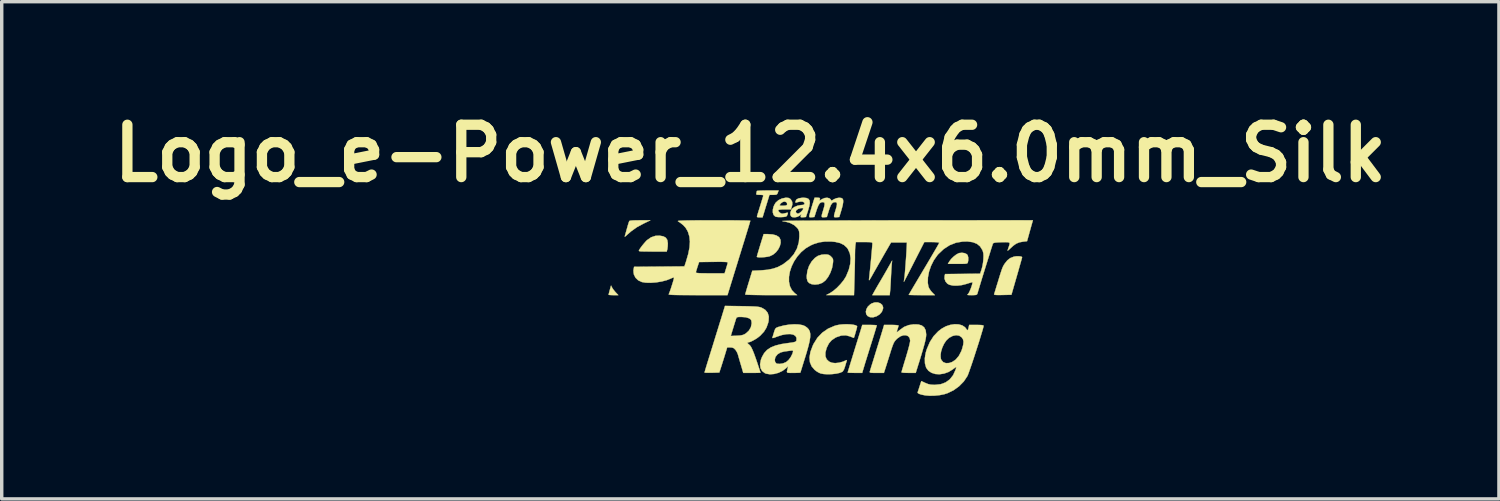
<source format=kicad_pcb>
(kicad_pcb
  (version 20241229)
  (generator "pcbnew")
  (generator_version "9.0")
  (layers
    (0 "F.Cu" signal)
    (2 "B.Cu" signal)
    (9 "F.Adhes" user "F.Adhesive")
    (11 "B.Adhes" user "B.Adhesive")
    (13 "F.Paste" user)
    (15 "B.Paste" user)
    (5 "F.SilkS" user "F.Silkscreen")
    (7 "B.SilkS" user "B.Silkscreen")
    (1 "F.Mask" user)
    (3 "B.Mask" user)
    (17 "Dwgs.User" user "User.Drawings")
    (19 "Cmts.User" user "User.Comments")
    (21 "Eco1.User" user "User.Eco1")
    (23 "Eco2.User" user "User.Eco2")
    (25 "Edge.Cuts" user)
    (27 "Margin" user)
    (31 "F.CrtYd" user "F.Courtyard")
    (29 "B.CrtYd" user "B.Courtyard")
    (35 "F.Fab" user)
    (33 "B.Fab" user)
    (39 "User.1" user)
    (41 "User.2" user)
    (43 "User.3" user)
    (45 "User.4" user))
  (footprint "Logo_e-Power_12.4x6.0mm_Silk"
    (layer "F.Cu")
    (at 20.835 5.482)
    (property "Reference" "Logo_e-Power_12.4x6.0mm_Silk" (at -2.032 -4.064 0) (layer "F.SilkS") (effects (font (size 1.524 1.524) (thickness 0.3))))
    (attr exclude_from_pos_files exclude_from_bom)
    (fp_poly (pts (xy -6.058 -0.155) (xy -6.025 -0.104) (xy -5.976 -0.043) (xy -5.952 -0.016) (xy -5.876 0.064) (xy -6.018 0.064) (xy -6.089 0.062) (xy -6.14 0.058) (xy -6.159 0.053) (xy -6.16 0.053) (xy -6.154 0.028) (xy -6.141 -0.025) (xy -6.124 -0.087) (xy -6.088 -0.215) (xy -6.058 -0.155)) (stroke (width 0.01) (type solid)) (fill yes) (layer "F.SilkS"))
    (fp_poly (pts (xy 1.753 0.301) (xy 1.808 0.347) (xy 1.835 0.412) (xy 1.834 0.459) (xy 1.8 0.548) (xy 1.734 0.624) (xy 1.647 0.679) (xy 1.549 0.709) (xy 1.451 0.705) (xy 1.45 0.704) (xy 1.382 0.671) (xy 1.344 0.616) (xy 1.333 0.546) (xy 1.35 0.471) (xy 1.393 0.397) (xy 1.461 0.333) (xy 1.504 0.306) (xy 1.593 0.276) (xy 1.679 0.276) (xy 1.753 0.301)) (stroke (width 0.01) (type solid)) (fill yes) (layer "F.SilkS"))
    (fp_poly (pts (xy 4.21 -1.159) (xy 4.272 -1.129) (xy 4.297 -1.101) (xy 4.315 -1.035) (xy 4.315 -0.95) (xy 4.305 -0.894) (xy 4.298 -0.875) (xy 4.285 -0.862) (xy 4.259 -0.854) (xy 4.212 -0.849) (xy 4.139 -0.847) (xy 4.031 -0.847) (xy 4.007 -0.847) (xy 3.723 -0.847) (xy 3.761 -0.912) (xy 3.817 -0.988) (xy 3.892 -1.061) (xy 3.972 -1.122) (xy 4.044 -1.159) (xy 4.051 -1.161) (xy 4.132 -1.17) (xy 4.21 -1.159)) (stroke (width 0.01) (type solid)) (fill yes) (layer "F.SilkS"))
    (fp_poly (pts (xy -5.243 -2.116) (xy -4.942 -2.116) (xy -5.133 -2.024) (xy -5.332 -1.917) (xy -5.505 -1.794) (xy -5.617 -1.696) (xy -5.663 -1.654) (xy -5.685 -1.639) (xy -5.689 -1.649) (xy -5.682 -1.672) (xy -5.669 -1.717) (xy -5.649 -1.789) (xy -5.625 -1.875) (xy -5.618 -1.899) (xy -5.595 -1.981) (xy -5.574 -2.048) (xy -5.559 -2.089) (xy -5.557 -2.095) (xy -5.53 -2.104) (xy -5.467 -2.111) (xy -5.371 -2.115) (xy -5.248 -2.116) (xy -5.243 -2.116)) (stroke (width 0.01) (type solid)) (fill yes) (layer "F.SilkS"))
    (fp_poly (pts (xy 2.087 -0.836) (xy 2.082 -0.773) (xy 2.076 -0.681) (xy 2.07 -0.571) (xy 2.064 -0.456) (xy 2.064 -0.455) (xy 2.058 -0.338) (xy 2.052 -0.224) (xy 2.046 -0.126) (xy 2.04 -0.058) (xy 2.028 0.064) (xy 1.521 0.064) (xy 1.589 -0.058) (xy 1.633 -0.135) (xy 1.688 -0.231) (xy 1.745 -0.327) (xy 1.758 -0.349) (xy 1.813 -0.443) (xy 1.879 -0.556) (xy 1.945 -0.671) (xy 1.978 -0.73) (xy 2.099 -0.942) (xy 2.087 -0.836)) (stroke (width 0.01) (type solid)) (fill yes) (layer "F.SilkS"))
    (fp_poly (pts (xy -4.567 -1.649) (xy -4.493 -1.609) (xy -4.45 -1.543) (xy -4.435 -1.449) (xy -4.435 -1.434) (xy -4.438 -1.357) (xy -4.446 -1.289) (xy -4.451 -1.265) (xy -4.467 -1.206) (xy -4.88 -1.206) (xy -5.022 -1.207) (xy -5.126 -1.208) (xy -5.199 -1.21) (xy -5.245 -1.213) (xy -5.269 -1.22) (xy -5.277 -1.228) (xy -5.275 -1.241) (xy -5.272 -1.247) (xy -5.235 -1.305) (xy -5.18 -1.379) (xy -5.118 -1.454) (xy -5.063 -1.516) (xy -5.041 -1.537) (xy -4.922 -1.62) (xy -4.795 -1.663) (xy -4.676 -1.668) (xy -4.567 -1.649)) (stroke (width 0.01) (type solid)) (fill yes) (layer "F.SilkS"))
    (fp_poly (pts (xy -1.525 -1.714) (xy -1.383 -1.704) (xy -1.275 -1.676) (xy -1.201 -1.629) (xy -1.188 -1.616) (xy -1.152 -1.545) (xy -1.148 -1.458) (xy -1.172 -1.364) (xy -1.219 -1.27) (xy -1.286 -1.185) (xy -1.369 -1.116) (xy -1.464 -1.07) (xy -1.469 -1.068) (xy -1.533 -1.054) (xy -1.61 -1.044) (xy -1.691 -1.038) (xy -1.763 -1.037) (xy -1.817 -1.041) (xy -1.841 -1.051) (xy -1.842 -1.053) (xy -1.836 -1.078) (xy -1.82 -1.136) (xy -1.795 -1.219) (xy -1.764 -1.322) (xy -1.743 -1.392) (xy -1.643 -1.714) (xy -1.525 -1.714)) (stroke (width 0.01) (type solid)) (fill yes) (layer "F.SilkS"))
    (fp_poly (pts (xy 0.212 -1.119) (xy 0.261 -1.105) (xy 0.303 -1.076) (xy 0.322 -1.057) (xy 0.359 -1.017) (xy 0.376 -0.981) (xy 0.38 -0.932) (xy 0.375 -0.872) (xy 0.349 -0.727) (xy 0.3 -0.589) (xy 0.234 -0.465) (xy 0.156 -0.364) (xy 0.069 -0.297) (xy 0.064 -0.294) (xy -0.04 -0.256) (xy -0.15 -0.243) (xy -0.245 -0.255) (xy -0.32 -0.289) (xy -0.365 -0.341) (xy -0.386 -0.42) (xy -0.389 -0.494) (xy -0.369 -0.645) (xy -0.32 -0.789) (xy -0.245 -0.917) (xy -0.15 -1.02) (xy -0.062 -1.08) (xy 0.041 -1.113) (xy 0.138 -1.122) (xy 0.212 -1.119)) (stroke (width 0.01) (type solid)) (fill yes) (layer "F.SilkS"))
    (fp_poly (pts (xy 5.836 -1.064) (xy 5.876 -1.051) (xy 5.884 -1.04) (xy 5.879 -1.017) (xy 5.863 -0.959) (xy 5.838 -0.871) (xy 5.806 -0.758) (xy 5.769 -0.627) (xy 5.729 -0.487) (xy 5.573 0.053) (xy 5.316 0.059) (xy 5.205 0.061) (xy 5.13 0.059) (xy 5.086 0.054) (xy 5.069 0.045) (xy 5.068 0.038) (xy 5.078 0.008) (xy 5.097 -0.053) (xy 5.123 -0.139) (xy 5.154 -0.241) (xy 5.165 -0.275) (xy 5.211 -0.426) (xy 5.247 -0.543) (xy 5.276 -0.631) (xy 5.298 -0.696) (xy 5.317 -0.745) (xy 5.335 -0.782) (xy 5.353 -0.815) (xy 5.375 -0.848) (xy 5.379 -0.855) (xy 5.456 -0.951) (xy 5.539 -1.015) (xy 5.643 -1.056) (xy 5.647 -1.057) (xy 5.709 -1.067) (xy 5.776 -1.069) (xy 5.836 -1.064)) (stroke (width 0.01) (type solid)) (fill yes) (layer "F.SilkS"))
    (fp_poly (pts (xy 1.529 0.933) (xy 1.599 0.936) (xy 1.642 0.941) (xy 1.651 0.945) (xy 1.645 0.97) (xy 1.627 1.03) (xy 1.6 1.12) (xy 1.565 1.234) (xy 1.523 1.369) (xy 1.476 1.518) (xy 1.426 1.677) (xy 1.418 1.704) (xy 1.384 1.813) (xy 1.344 1.941) (xy 1.305 2.066) (xy 1.292 2.111) (xy 1.226 2.328) (xy 1.015 2.328) (xy 0.926 2.327) (xy 0.856 2.325) (xy 0.813 2.321) (xy 0.804 2.318) (xy 0.81 2.296) (xy 0.827 2.239) (xy 0.854 2.151) (xy 0.888 2.038) (xy 0.929 1.906) (xy 0.974 1.759) (xy 0.986 1.72) (xy 1.034 1.564) (xy 1.08 1.417) (xy 1.121 1.284) (xy 1.156 1.172) (xy 1.182 1.088) (xy 1.197 1.036) (xy 1.199 1.032) (xy 1.229 0.931) (xy 1.44 0.931) (xy 1.529 0.933)) (stroke (width 0.01) (type solid)) (fill yes) (layer "F.SilkS"))
    (fp_poly (pts (xy -1.231 -2.921) (xy -1.247 -2.884) (xy -1.271 -2.865) (xy -1.315 -2.858) (xy -1.363 -2.857) (xy -1.474 -2.857) (xy -1.508 -2.746) (xy -1.529 -2.677) (xy -1.558 -2.583) (xy -1.591 -2.478) (xy -1.609 -2.418) (xy -1.675 -2.201) (xy -1.761 -2.201) (xy -1.815 -2.204) (xy -1.837 -2.216) (xy -1.836 -2.238) (xy -1.826 -2.272) (xy -1.806 -2.337) (xy -1.779 -2.424) (xy -1.748 -2.524) (xy -1.746 -2.529) (xy -1.715 -2.63) (xy -1.688 -2.718) (xy -1.668 -2.784) (xy -1.657 -2.82) (xy -1.657 -2.82) (xy -1.656 -2.842) (xy -1.676 -2.853) (xy -1.726 -2.857) (xy -1.757 -2.857) (xy -1.821 -2.859) (xy -1.852 -2.866) (xy -1.859 -2.883) (xy -1.855 -2.905) (xy -1.845 -2.949) (xy -1.842 -2.969) (xy -1.822 -2.974) (xy -1.767 -2.979) (xy -1.684 -2.982) (xy -1.581 -2.984) (xy -1.525 -2.985) (xy -1.209 -2.985) (xy -1.231 -2.921)) (stroke (width 0.01) (type solid)) (fill yes) (layer "F.SilkS"))
    (fp_poly (pts (xy -0.398 -2.765) (xy -0.339 -2.74) (xy -0.307 -2.693) (xy -0.299 -2.621) (xy -0.316 -2.521) (xy -0.355 -2.387) (xy -0.356 -2.381) (xy -0.413 -2.212) (xy -0.494 -2.205) (xy -0.546 -2.203) (xy -0.565 -2.212) (xy -0.562 -2.239) (xy -0.56 -2.246) (xy -0.545 -2.293) (xy -0.604 -2.247) (xy -0.665 -2.216) (xy -0.736 -2.202) (xy -0.803 -2.207) (xy -0.842 -2.227) (xy -0.866 -2.277) (xy -0.864 -2.345) (xy -0.853 -2.375) (xy -0.709 -2.375) (xy -0.699 -2.34) (xy -0.659 -2.311) (xy -0.613 -2.318) (xy -0.555 -2.363) (xy -0.549 -2.369) (xy -0.501 -2.424) (xy -0.489 -2.459) (xy -0.513 -2.473) (xy -0.565 -2.469) (xy -0.636 -2.448) (xy -0.687 -2.414) (xy -0.709 -2.375) (xy -0.853 -2.375) (xy -0.839 -2.415) (xy -0.815 -2.451) (xy -0.75 -2.502) (xy -0.658 -2.541) (xy -0.554 -2.56) (xy -0.521 -2.561) (xy -0.469 -2.572) (xy -0.451 -2.601) (xy -0.468 -2.638) (xy -0.51 -2.659) (xy -0.576 -2.661) (xy -0.654 -2.645) (xy -0.684 -2.634) (xy -0.713 -2.63) (xy -0.718 -2.655) (xy -0.716 -2.669) (xy -0.688 -2.721) (xy -0.623 -2.756) (xy -0.522 -2.772) (xy -0.485 -2.773) (xy -0.398 -2.765)) (stroke (width 0.01) (type solid)) (fill yes) (layer "F.SilkS"))
    (fp_poly (pts (xy -0.919 -2.767) (xy -0.876 -2.746) (xy -0.848 -2.717) (xy -0.812 -2.651) (xy -0.808 -2.578) (xy -0.828 -2.501) (xy -0.851 -2.434) (xy -1.027 -2.434) (xy -1.11 -2.432) (xy -1.175 -2.426) (xy -1.212 -2.417) (xy -1.217 -2.414) (xy -1.213 -2.385) (xy -1.184 -2.35) (xy -1.144 -2.319) (xy -1.106 -2.307) (xy -1.06 -2.313) (xy -1.001 -2.327) (xy -0.999 -2.327) (xy -0.953 -2.338) (xy -0.937 -2.332) (xy -0.943 -2.303) (xy -0.943 -2.301) (xy -0.962 -2.255) (xy -0.976 -2.234) (xy -1.01 -2.22) (xy -1.071 -2.212) (xy -1.146 -2.208) (xy -1.222 -2.21) (xy -1.282 -2.218) (xy -1.306 -2.226) (xy -1.353 -2.271) (xy -1.376 -2.342) (xy -1.375 -2.429) (xy -1.352 -2.522) (xy -1.332 -2.56) (xy -1.176 -2.56) (xy -1.172 -2.546) (xy -1.14 -2.541) (xy -1.081 -2.54) (xy -1.009 -2.544) (xy -0.97 -2.559) (xy -0.96 -2.573) (xy -0.963 -2.613) (xy -0.981 -2.641) (xy -1.028 -2.662) (xy -1.085 -2.651) (xy -1.14 -2.612) (xy -1.159 -2.588) (xy -1.176 -2.56) (xy -1.332 -2.56) (xy -1.305 -2.611) (xy -1.289 -2.633) (xy -1.211 -2.702) (xy -1.109 -2.751) (xy -1 -2.773) (xy -0.987 -2.773) (xy -0.919 -2.767)) (stroke (width 0.01) (type solid)) (fill yes) (layer "F.SilkS"))
    (fp_poly (pts (xy 0.883 0.916) (xy 0.971 0.927) (xy 1.038 0.943) (xy 1.075 0.965) (xy 1.079 0.977) (xy 1.074 1.004) (xy 1.06 1.059) (xy 1.04 1.128) (xy 1.02 1.2) (xy 1.001 1.261) (xy 0.988 1.3) (xy 0.985 1.307) (xy 0.965 1.303) (xy 0.918 1.285) (xy 0.878 1.268) (xy 0.751 1.234) (xy 0.616 1.241) (xy 0.476 1.288) (xy 0.442 1.305) (xy 0.336 1.378) (xy 0.257 1.47) (xy 0.195 1.593) (xy 0.189 1.608) (xy 0.155 1.736) (xy 0.156 1.846) (xy 0.192 1.934) (xy 0.262 1.999) (xy 0.345 2.034) (xy 0.441 2.044) (xy 0.554 2.032) (xy 0.668 2.001) (xy 0.728 1.974) (xy 0.769 1.956) (xy 0.781 1.959) (xy 0.778 1.973) (xy 0.767 2.008) (xy 0.748 2.069) (xy 0.729 2.135) (xy 0.698 2.224) (xy 0.663 2.282) (xy 0.648 2.296) (xy 0.574 2.327) (xy 0.472 2.35) (xy 0.351 2.364) (xy 0.226 2.368) (xy 0.108 2.362) (xy 0.017 2.345) (xy -0.043 2.319) (xy -0.114 2.275) (xy -0.158 2.24) (xy -0.246 2.137) (xy -0.296 2.016) (xy -0.307 1.876) (xy -0.281 1.718) (xy -0.216 1.542) (xy -0.187 1.48) (xy -0.077 1.305) (xy 0.064 1.158) (xy 0.232 1.041) (xy 0.422 0.959) (xy 0.48 0.942) (xy 0.572 0.924) (xy 0.675 0.914) (xy 0.782 0.912) (xy 0.883 0.916)) (stroke (width 0.01) (type solid)) (fill yes) (layer "F.SilkS"))
    (fp_poly (pts (xy -0.025 -2.77) (xy -0.004 -2.758) (xy -0.006 -2.73) (xy -0.006 -2.73) (xy -0.018 -2.687) (xy 0.052 -2.73) (xy 0.13 -2.764) (xy 0.208 -2.772) (xy 0.272 -2.756) (xy 0.303 -2.729) (xy 0.334 -2.686) (xy 0.405 -2.729) (xy 0.475 -2.759) (xy 0.551 -2.772) (xy 0.617 -2.766) (xy 0.652 -2.747) (xy 0.671 -2.71) (xy 0.673 -2.648) (xy 0.659 -2.558) (xy 0.627 -2.436) (xy 0.617 -2.402) (xy 0.559 -2.212) (xy 0.48 -2.205) (xy 0.439 -2.203) (xy 0.415 -2.21) (xy 0.406 -2.233) (xy 0.412 -2.277) (xy 0.432 -2.351) (xy 0.454 -2.421) (xy 0.482 -2.52) (xy 0.492 -2.587) (xy 0.486 -2.626) (xy 0.461 -2.643) (xy 0.436 -2.646) (xy 0.387 -2.638) (xy 0.348 -2.609) (xy 0.312 -2.554) (xy 0.277 -2.466) (xy 0.256 -2.402) (xy 0.197 -2.212) (xy 0.12 -2.205) (xy 0.079 -2.203) (xy 0.055 -2.21) (xy 0.046 -2.233) (xy 0.052 -2.278) (xy 0.073 -2.352) (xy 0.094 -2.421) (xy 0.122 -2.52) (xy 0.133 -2.587) (xy 0.126 -2.626) (xy 0.101 -2.643) (xy 0.076 -2.646) (xy 0.028 -2.638) (xy -0.011 -2.61) (xy -0.046 -2.556) (xy -0.082 -2.47) (xy -0.105 -2.402) (xy -0.166 -2.212) (xy -0.244 -2.205) (xy -0.295 -2.203) (xy -0.315 -2.214) (xy -0.314 -2.247) (xy -0.312 -2.258) (xy -0.301 -2.302) (xy -0.281 -2.376) (xy -0.254 -2.468) (xy -0.231 -2.545) (xy -0.16 -2.773) (xy -0.078 -2.773) (xy -0.025 -2.77)) (stroke (width 0.01) (type solid)) (fill yes) (layer "F.SilkS"))
    (fp_poly (pts (xy 2.858 0.918) (xy 2.961 0.947) (xy 3.033 1.004) (xy 3.076 1.09) (xy 3.09 1.206) (xy 3.09 1.211) (xy 3.087 1.263) (xy 3.077 1.329) (xy 3.059 1.414) (xy 3.031 1.521) (xy 2.993 1.655) (xy 2.944 1.82) (xy 2.883 2.02) (xy 2.867 2.069) (xy 2.786 2.328) (xy 2.578 2.328) (xy 2.49 2.327) (xy 2.421 2.323) (xy 2.379 2.316) (xy 2.371 2.312) (xy 2.377 2.287) (xy 2.393 2.229) (xy 2.419 2.143) (xy 2.451 2.035) (xy 2.489 1.912) (xy 2.498 1.883) (xy 2.536 1.753) (xy 2.571 1.632) (xy 2.598 1.527) (xy 2.616 1.446) (xy 2.624 1.397) (xy 2.625 1.393) (xy 2.609 1.313) (xy 2.566 1.259) (xy 2.502 1.232) (xy 2.424 1.234) (xy 2.338 1.264) (xy 2.251 1.325) (xy 2.235 1.34) (xy 2.199 1.377) (xy 2.17 1.414) (xy 2.144 1.459) (xy 2.119 1.52) (xy 2.089 1.604) (xy 2.052 1.719) (xy 2.044 1.746) (xy 2.006 1.868) (xy 1.968 1.988) (xy 1.935 2.093) (xy 1.909 2.174) (xy 1.902 2.196) (xy 1.859 2.328) (xy 1.648 2.328) (xy 1.552 2.328) (xy 1.491 2.325) (xy 1.458 2.319) (xy 1.446 2.307) (xy 1.448 2.291) (xy 1.457 2.262) (xy 1.476 2.198) (xy 1.505 2.104) (xy 1.542 1.987) (xy 1.584 1.85) (xy 1.63 1.7) (xy 1.642 1.662) (xy 1.69 1.507) (xy 1.734 1.363) (xy 1.774 1.235) (xy 1.806 1.129) (xy 1.83 1.05) (xy 1.844 1.005) (xy 1.845 1) (xy 1.865 0.931) (xy 2.075 0.931) (xy 2.164 0.933) (xy 2.234 0.938) (xy 2.277 0.945) (xy 2.286 0.95) (xy 2.279 0.98) (xy 2.263 1.033) (xy 2.255 1.056) (xy 2.239 1.108) (xy 2.234 1.139) (xy 2.237 1.143) (xy 2.258 1.13) (xy 2.299 1.098) (xy 2.321 1.08) (xy 2.446 0.99) (xy 2.58 0.937) (xy 2.722 0.915) (xy 2.858 0.918)) (stroke (width 0.01) (type solid)) (fill yes) (layer "F.SilkS"))
    (fp_poly (pts (xy -0.618 0.918) (xy -0.507 0.939) (xy -0.444 0.965) (xy -0.38 1.009) (xy -0.332 1.059) (xy -0.301 1.119) (xy -0.286 1.194) (xy -0.288 1.288) (xy -0.306 1.405) (xy -0.34 1.55) (xy -0.39 1.727) (xy -0.43 1.858) (xy -0.471 1.988) (xy -0.507 2.105) (xy -0.537 2.202) (xy -0.559 2.273) (xy -0.57 2.312) (xy -0.572 2.318) (xy -0.591 2.323) (xy -0.644 2.326) (xy -0.721 2.328) (xy -0.775 2.328) (xy -0.87 2.329) (xy -0.929 2.326) (xy -0.959 2.315) (xy -0.966 2.29) (xy -0.956 2.244) (xy -0.939 2.18) (xy -0.931 2.149) (xy -0.938 2.144) (xy -0.964 2.166) (xy -0.992 2.192) (xy -1.093 2.269) (xy -1.213 2.326) (xy -1.339 2.36) (xy -1.462 2.369) (xy -1.571 2.351) (xy -1.609 2.335) (xy -1.689 2.272) (xy -1.735 2.186) (xy -1.748 2.079) (xy -1.725 1.954) (xy -1.723 1.947) (xy -1.32 1.947) (xy -1.309 2.011) (xy -1.273 2.053) (xy -1.255 2.061) (xy -1.175 2.067) (xy -1.081 2.052) (xy -0.995 2.017) (xy -0.985 2.011) (xy -0.916 1.951) (xy -0.853 1.866) (xy -0.806 1.771) (xy -0.793 1.73) (xy -0.786 1.692) (xy -0.797 1.677) (xy -0.836 1.678) (xy -0.86 1.681) (xy -0.936 1.691) (xy -1.02 1.702) (xy -1.038 1.704) (xy -1.151 1.733) (xy -1.241 1.788) (xy -1.299 1.864) (xy -1.303 1.873) (xy -1.32 1.947) (xy -1.723 1.947) (xy -1.692 1.866) (xy -1.628 1.752) (xy -1.544 1.66) (xy -1.435 1.587) (xy -1.296 1.531) (xy -1.125 1.489) (xy -0.975 1.466) (xy -0.863 1.451) (xy -0.785 1.439) (xy -0.736 1.427) (xy -0.708 1.414) (xy -0.694 1.398) (xy -0.689 1.384) (xy -0.686 1.308) (xy -0.718 1.252) (xy -0.78 1.214) (xy -0.869 1.197) (xy -0.98 1.201) (xy -1.109 1.225) (xy -1.254 1.272) (xy -1.275 1.281) (xy -1.343 1.306) (xy -1.383 1.314) (xy -1.391 1.306) (xy -1.38 1.274) (xy -1.362 1.214) (xy -1.343 1.15) (xy -1.32 1.079) (xy -1.299 1.037) (xy -1.269 1.012) (xy -1.219 0.992) (xy -1.201 0.987) (xy -1.053 0.947) (xy -0.9 0.923) (xy -0.752 0.913) (xy -0.618 0.918)) (stroke (width 0.01) (type solid)) (fill yes) (layer "F.SilkS"))
    (fp_poly (pts (xy -2.897 -2.115) (xy -2.702 -2.115) (xy -2.524 -2.114) (xy -2.367 -2.112) (xy -2.236 -2.111) (xy -2.134 -2.109) (xy -2.065 -2.106) (xy -2.034 -2.104) (xy -2.032 -2.103) (xy -2.038 -2.08) (xy -2.055 -2.021) (xy -2.082 -1.932) (xy -2.117 -1.817) (xy -2.159 -1.68) (xy -2.206 -1.526) (xy -2.246 -1.399) (xy -2.303 -1.213) (xy -2.363 -1.021) (xy -2.421 -0.831) (xy -2.477 -0.651) (xy -2.526 -0.492) (xy -2.566 -0.36) (xy -2.578 -0.323) (xy -2.697 0.064) (xy -3.563 0.064) (xy -3.784 0.063) (xy -3.965 0.062) (xy -4.111 0.061) (xy -4.224 0.059) (xy -4.307 0.056) (xy -4.363 0.052) (xy -4.396 0.047) (xy -4.409 0.041) (xy -4.408 0.037) (xy -4.394 0.007) (xy -4.372 -0.053) (xy -4.344 -0.132) (xy -4.316 -0.22) (xy -4.289 -0.306) (xy -4.268 -0.379) (xy -4.256 -0.429) (xy -4.255 -0.442) (xy -4.271 -0.45) (xy -4.319 -0.433) (xy -4.341 -0.422) (xy -4.464 -0.373) (xy -4.612 -0.334) (xy -4.772 -0.308) (xy -4.93 -0.296) (xy -5.076 -0.299) (xy -5.19 -0.318) (xy -5.296 -0.367) (xy -5.375 -0.443) (xy -5.423 -0.538) (xy -5.43 -0.598) (xy -3.618 -0.598) (xy -3.609 -0.588) (xy -3.577 -0.581) (xy -3.518 -0.576) (xy -3.429 -0.573) (xy -3.304 -0.572) (xy -3.2 -0.572) (xy -2.781 -0.572) (xy -2.735 -0.72) (xy -2.712 -0.796) (xy -2.695 -0.856) (xy -2.688 -0.889) (xy -2.688 -0.89) (xy -2.709 -0.898) (xy -2.77 -0.903) (xy -2.868 -0.906) (xy -3.001 -0.906) (xy -3.106 -0.905) (xy -3.524 -0.9) (xy -3.57 -0.762) (xy -3.593 -0.689) (xy -3.611 -0.63) (xy -3.618 -0.598) (xy -5.43 -0.598) (xy -5.436 -0.646) (xy -5.431 -0.686) (xy -5.417 -0.761) (xy -3.951 -0.773) (xy -3.902 -0.921) (xy -3.839 -1.139) (xy -3.802 -1.329) (xy -3.791 -1.494) (xy -3.806 -1.641) (xy -3.846 -1.773) (xy -3.865 -1.814) (xy -3.917 -1.9) (xy -3.984 -1.974) (xy -4.075 -2.046) (xy -4.14 -2.089) (xy -4.141 -2.095) (xy -4.122 -2.1) (xy -4.079 -2.104) (xy -4.011 -2.107) (xy -3.914 -2.11) (xy -3.787 -2.112) (xy -3.626 -2.114) (xy -3.429 -2.115) (xy -3.193 -2.115) (xy -3.106 -2.115) (xy -2.897 -2.115)) (stroke (width 0.01) (type solid)) (fill yes) (layer "F.SilkS"))
    (fp_poly (pts (xy 4.039 0.916) (xy 4.142 0.946) (xy 4.221 0.999) (xy 4.252 1.038) (xy 4.28 1.078) (xy 4.3 1.084) (xy 4.315 1.052) (xy 4.328 1) (xy 4.343 0.931) (xy 4.553 0.931) (xy 4.656 0.933) (xy 4.722 0.938) (xy 4.756 0.948) (xy 4.763 0.958) (xy 4.756 0.992) (xy 4.738 1.061) (xy 4.709 1.158) (xy 4.673 1.278) (xy 4.631 1.415) (xy 4.584 1.562) (xy 4.535 1.714) (xy 4.486 1.866) (xy 4.438 2.011) (xy 4.393 2.143) (xy 4.353 2.257) (xy 4.321 2.347) (xy 4.297 2.407) (xy 4.289 2.423) (xy 4.185 2.579) (xy 4.048 2.718) (xy 3.888 2.834) (xy 3.712 2.919) (xy 3.616 2.95) (xy 3.485 2.976) (xy 3.337 2.991) (xy 3.193 2.994) (xy 3.069 2.984) (xy 3.069 2.984) (xy 2.96 2.963) (xy 2.884 2.939) (xy 2.845 2.913) (xy 2.842 2.894) (xy 2.853 2.862) (xy 2.873 2.802) (xy 2.897 2.726) (xy 2.9 2.717) (xy 2.949 2.567) (xy 3.067 2.622) (xy 3.147 2.654) (xy 3.223 2.671) (xy 3.317 2.677) (xy 3.344 2.677) (xy 3.513 2.659) (xy 3.658 2.605) (xy 3.779 2.517) (xy 3.875 2.395) (xy 3.946 2.239) (xy 3.959 2.198) (xy 3.966 2.169) (xy 3.961 2.16) (xy 3.938 2.172) (xy 3.889 2.207) (xy 3.866 2.225) (xy 3.743 2.301) (xy 3.612 2.348) (xy 3.482 2.368) (xy 3.358 2.361) (xy 3.247 2.326) (xy 3.156 2.266) (xy 3.092 2.18) (xy 3.088 2.172) (xy 3.054 2.048) (xy 3.051 1.901) (xy 3.064 1.82) (xy 3.508 1.82) (xy 3.517 1.914) (xy 3.533 1.954) (xy 3.587 2.016) (xy 3.665 2.045) (xy 3.759 2.041) (xy 3.843 2.013) (xy 3.951 1.941) (xy 4.042 1.833) (xy 4.115 1.692) (xy 4.138 1.626) (xy 4.169 1.509) (xy 4.178 1.42) (xy 4.163 1.351) (xy 4.126 1.294) (xy 4.125 1.293) (xy 4.052 1.244) (xy 3.963 1.23) (xy 3.863 1.251) (xy 3.759 1.306) (xy 3.751 1.312) (xy 3.675 1.385) (xy 3.61 1.482) (xy 3.558 1.594) (xy 3.523 1.71) (xy 3.508 1.82) (xy 3.064 1.82) (xy 3.078 1.738) (xy 3.109 1.636) (xy 3.197 1.431) (xy 3.307 1.259) (xy 3.443 1.116) (xy 3.544 1.039) (xy 3.665 0.972) (xy 3.793 0.93) (xy 3.92 0.911) (xy 4.039 0.916)) (stroke (width 0.01) (type solid)) (fill yes) (layer "F.SilkS"))
    (fp_poly (pts (xy -2.279 0.385) (xy -2.116 0.388) (xy -1.989 0.392) (xy -1.893 0.396) (xy -1.822 0.402) (xy -1.768 0.41) (xy -1.727 0.421) (xy -1.699 0.432) (xy -1.594 0.495) (xy -1.526 0.579) (xy -1.494 0.685) (xy -1.499 0.811) (xy -1.513 0.873) (xy -1.561 1.009) (xy -1.633 1.126) (xy -1.738 1.239) (xy -1.744 1.245) (xy -1.811 1.299) (xy -1.891 1.352) (xy -1.973 1.397) (xy -2.044 1.428) (xy -2.09 1.439) (xy -2.115 1.449) (xy -2.105 1.473) (xy -2.075 1.498) (xy -2.042 1.528) (xy -2.007 1.579) (xy -1.969 1.657) (xy -1.925 1.764) (xy -1.874 1.906) (xy -1.838 2.01) (xy -1.803 2.116) (xy -1.773 2.207) (xy -1.75 2.276) (xy -1.737 2.316) (xy -1.736 2.322) (xy -1.755 2.325) (xy -1.809 2.327) (xy -1.889 2.328) (xy -1.986 2.328) (xy -2.237 2.328) (xy -2.307 2.09) (xy -2.337 1.989) (xy -2.364 1.896) (xy -2.385 1.822) (xy -2.396 1.784) (xy -2.423 1.721) (xy -2.464 1.657) (xy -2.469 1.652) (xy -2.513 1.609) (xy -2.563 1.59) (xy -2.614 1.587) (xy -2.706 1.587) (xy -2.772 1.804) (xy -2.806 1.915) (xy -2.842 2.029) (xy -2.874 2.13) (xy -2.887 2.17) (xy -2.935 2.318) (xy -3.15 2.324) (xy -3.24 2.325) (xy -3.311 2.324) (xy -3.355 2.321) (xy -3.365 2.317) (xy -3.359 2.294) (xy -3.343 2.237) (xy -3.317 2.151) (xy -3.284 2.042) (xy -3.245 1.917) (xy -3.226 1.856) (xy -3.178 1.701) (xy -3.127 1.538) (xy -3.078 1.378) (xy -3.039 1.253) (xy -2.602 1.253) (xy -2.426 1.246) (xy -2.332 1.24) (xy -2.265 1.228) (xy -2.212 1.209) (xy -2.163 1.18) (xy -2.075 1.1) (xy -2.016 1) (xy -1.993 0.891) (xy -1.994 0.861) (xy -2.003 0.801) (xy -2.027 0.764) (xy -2.074 0.736) (xy -2.164 0.708) (xy -2.286 0.699) (xy -2.29 0.699) (xy -2.365 0.699) (xy -2.409 0.705) (xy -2.432 0.72) (xy -2.446 0.748) (xy -2.452 0.767) (xy -2.473 0.833) (xy -2.501 0.923) (xy -2.531 1.022) (xy -2.56 1.115) (xy -2.581 1.186) (xy -2.583 1.193) (xy -2.602 1.253) (xy -3.039 1.253) (xy -3.033 1.233) (xy -2.997 1.117) (xy -2.995 1.111) (xy -2.955 0.981) (xy -2.912 0.842) (xy -2.871 0.711) (xy -2.838 0.602) (xy -2.836 0.596) (xy -2.769 0.378) (xy -2.279 0.385)) (stroke (width 0.01) (type solid)) (fill yes) (layer "F.SilkS"))
    (fp_poly (pts (xy 6.17 -2.016) (xy 6.151 -1.95) (xy 6.126 -1.859) (xy 6.097 -1.758) (xy 6.085 -1.712) (xy 6.028 -1.508) (xy 5.912 -1.494) (xy 5.805 -1.474) (xy 5.714 -1.437) (xy 5.626 -1.375) (xy 5.562 -1.316) (xy 5.511 -1.269) (xy 5.475 -1.238) (xy 5.461 -1.231) (xy 5.461 -1.231) (xy 5.467 -1.257) (xy 5.484 -1.308) (xy 5.493 -1.333) (xy 5.514 -1.397) (xy 5.523 -1.439) (xy 5.512 -1.464) (xy 5.477 -1.476) (xy 5.411 -1.479) (xy 5.31 -1.478) (xy 5.289 -1.477) (xy 5.179 -1.473) (xy 5.105 -1.467) (xy 5.06 -1.457) (xy 5.038 -1.443) (xy 5.035 -1.439) (xy 5.026 -1.415) (xy 5.007 -1.355) (xy 4.978 -1.266) (xy 4.943 -1.153) (xy 4.902 -1.023) (xy 4.857 -0.879) (xy 4.81 -0.729) (xy 4.763 -0.577) (xy 4.717 -0.429) (xy 4.675 -0.291) (xy 4.638 -0.168) (xy 4.607 -0.066) (xy 4.585 0.009) (xy 4.58 0.026) (xy 4.567 0.046) (xy 4.537 0.058) (xy 4.481 0.063) (xy 4.42 0.064) (xy 4.343 0.063) (xy 4.302 0.06) (xy 4.291 0.052) (xy 4.302 0.036) (xy 4.313 0.026) (xy 4.335 -0.005) (xy 4.362 -0.062) (xy 4.391 -0.131) (xy 4.416 -0.203) (xy 4.433 -0.264) (xy 4.439 -0.304) (xy 4.437 -0.311) (xy 4.415 -0.309) (xy 4.363 -0.295) (xy 4.29 -0.272) (xy 4.263 -0.263) (xy 4.13 -0.229) (xy 3.997 -0.213) (xy 3.875 -0.215) (xy 3.773 -0.236) (xy 3.711 -0.267) (xy 3.653 -0.334) (xy 3.624 -0.418) (xy 3.628 -0.496) (xy 3.641 -0.55) (xy 4.152 -0.555) (xy 4.662 -0.561) (xy 4.704 -0.688) (xy 4.727 -0.775) (xy 4.746 -0.881) (xy 4.757 -0.984) (xy 4.757 -0.986) (xy 4.76 -1.083) (xy 4.756 -1.153) (xy 4.741 -1.213) (xy 4.725 -1.253) (xy 4.66 -1.356) (xy 4.569 -1.431) (xy 4.449 -1.478) (xy 4.298 -1.499) (xy 4.158 -1.497) (xy 3.961 -1.464) (xy 3.774 -1.391) (xy 3.601 -1.279) (xy 3.443 -1.13) (xy 3.413 -1.094) (xy 3.311 -0.949) (xy 3.231 -0.788) (xy 3.173 -0.619) (xy 3.141 -0.452) (xy 3.137 -0.295) (xy 3.155 -0.184) (xy 3.184 -0.121) (xy 3.232 -0.053) (xy 3.261 -0.02) (xy 3.344 0.064) (xy 2.963 0.064) (xy 2.842 0.063) (xy 2.736 0.062) (xy 2.653 0.06) (xy 2.6 0.058) (xy 2.582 0.055) (xy 2.593 0.036) (xy 2.623 -0.016) (xy 2.67 -0.097) (xy 2.732 -0.202) (xy 2.807 -0.328) (xy 2.892 -0.471) (xy 2.985 -0.628) (xy 3.027 -0.698) (xy 3.123 -0.859) (xy 3.212 -1.01) (xy 3.291 -1.145) (xy 3.359 -1.261) (xy 3.413 -1.354) (xy 3.45 -1.421) (xy 3.469 -1.457) (xy 3.471 -1.462) (xy 3.452 -1.47) (xy 3.398 -1.477) (xy 3.321 -1.481) (xy 3.254 -1.482) (xy 3.036 -1.482) (xy 2.74 -0.902) (xy 2.667 -0.758) (xy 2.6 -0.628) (xy 2.542 -0.515) (xy 2.495 -0.425) (xy 2.461 -0.361) (xy 2.444 -0.328) (xy 2.441 -0.325) (xy 2.442 -0.346) (xy 2.449 -0.395) (xy 2.455 -0.434) (xy 2.462 -0.486) (xy 2.47 -0.571) (xy 2.479 -0.683) (xy 2.489 -0.811) (xy 2.499 -0.949) (xy 2.509 -1.087) (xy 2.517 -1.218) (xy 2.523 -1.333) (xy 2.526 -1.386) (xy 2.529 -1.471) (xy 2.068 -1.471) (xy 1.878 -1.143) (xy 1.804 -1.013) (xy 1.724 -0.874) (xy 1.647 -0.739) (xy 1.579 -0.62) (xy 1.552 -0.572) (xy 1.497 -0.474) (xy 1.46 -0.411) (xy 1.437 -0.377) (xy 1.426 -0.37) (xy 1.424 -0.386) (xy 1.428 -0.423) (xy 1.428 -0.423) (xy 1.435 -0.483) (xy 1.444 -0.572) (xy 1.456 -0.683) (xy 1.468 -0.807) (xy 1.481 -0.939) (xy 1.493 -1.069) (xy 1.504 -1.19) (xy 1.513 -1.295) (xy 1.52 -1.376) (xy 1.524 -1.425) (xy 1.524 -1.434) (xy 1.522 -1.455) (xy 1.512 -1.468) (xy 1.487 -1.476) (xy 1.439 -1.48) (xy 1.361 -1.482) (xy 1.283 -1.482) (xy 1.043 -1.482) (xy 1.03 -1.402) (xy 1.024 -1.346) (xy 1.019 -1.262) (xy 1.017 -1.163) (xy 1.016 -1.109) (xy 1.016 -1.023) (xy 1.014 -0.904) (xy 1.011 -0.763) (xy 1.007 -0.61) (xy 1.003 -0.454) (xy 1.002 -0.416) (xy 0.988 0.064) (xy 0.584 0.063) (xy 0.18 0.062) (xy 0.286 0.007) (xy 0.384 -0.058) (xy 0.491 -0.149) (xy 0.595 -0.257) (xy 0.686 -0.369) (xy 0.753 -0.476) (xy 0.759 -0.488) (xy 0.836 -0.674) (xy 0.879 -0.85) (xy 0.889 -1.012) (xy 0.866 -1.157) (xy 0.809 -1.281) (xy 0.781 -1.319) (xy 0.695 -1.398) (xy 0.584 -1.453) (xy 0.444 -1.486) (xy 0.328 -1.498) (xy 0.141 -1.497) (xy -0.025 -1.474) (xy -0.183 -1.425) (xy -0.272 -1.386) (xy -0.419 -1.3) (xy -0.55 -1.19) (xy -0.663 -1.062) (xy -0.757 -0.921) (xy -0.83 -0.772) (xy -0.88 -0.62) (xy -0.906 -0.469) (xy -0.906 -0.326) (xy -0.878 -0.195) (xy -0.821 -0.081) (xy -0.738 0.007) (xy -0.667 0.063) (xy -1.423 0.063) (xy -1.599 0.063) (xy -1.76 0.061) (xy -1.902 0.059) (xy -2.019 0.056) (xy -2.108 0.053) (xy -2.163 0.049) (xy -2.18 0.045) (xy -2.174 0.019) (xy -2.158 -0.039) (xy -2.133 -0.124) (xy -2.102 -0.228) (xy -2.077 -0.31) (xy -1.974 -0.646) (xy -1.722 -0.658) (xy -1.531 -0.675) (xy -1.37 -0.707) (xy -1.229 -0.755) (xy -1.096 -0.825) (xy -1.067 -0.843) (xy -0.898 -0.974) (xy -0.767 -1.124) (xy -0.674 -1.29) (xy -0.619 -1.473) (xy -0.604 -1.642) (xy -0.605 -1.73) (xy -0.611 -1.79) (xy -0.625 -1.833) (xy -0.651 -1.875) (xy -0.664 -1.893) (xy -0.751 -1.974) (xy -0.871 -2.037) (xy -1.02 -2.08) (xy -1.103 -2.093) (xy -1.101 -2.095) (xy -1.058 -2.097) (xy -0.975 -2.099) (xy -0.855 -2.101) (xy -0.699 -2.103) (xy -0.508 -2.105) (xy -0.283 -2.106) (xy -0.028 -2.108) (xy 0.258 -2.109) (xy 0.572 -2.11) (xy 0.913 -2.111) (xy 1.28 -2.112) (xy 1.67 -2.113) (xy 2.083 -2.114) (xy 2.469 -2.114) (xy 6.198 -2.117) (xy 6.17 -2.016)) (stroke (width 0.01) (type solid)) (fill yes) (layer "F.SilkS")))
  (gr_rect
    (start -3 -3)
    (end 40.607 11.481)
    (stroke (width 0.1) (type default))
    (fill no)
    (layer "Edge.Cuts")))
</source>
